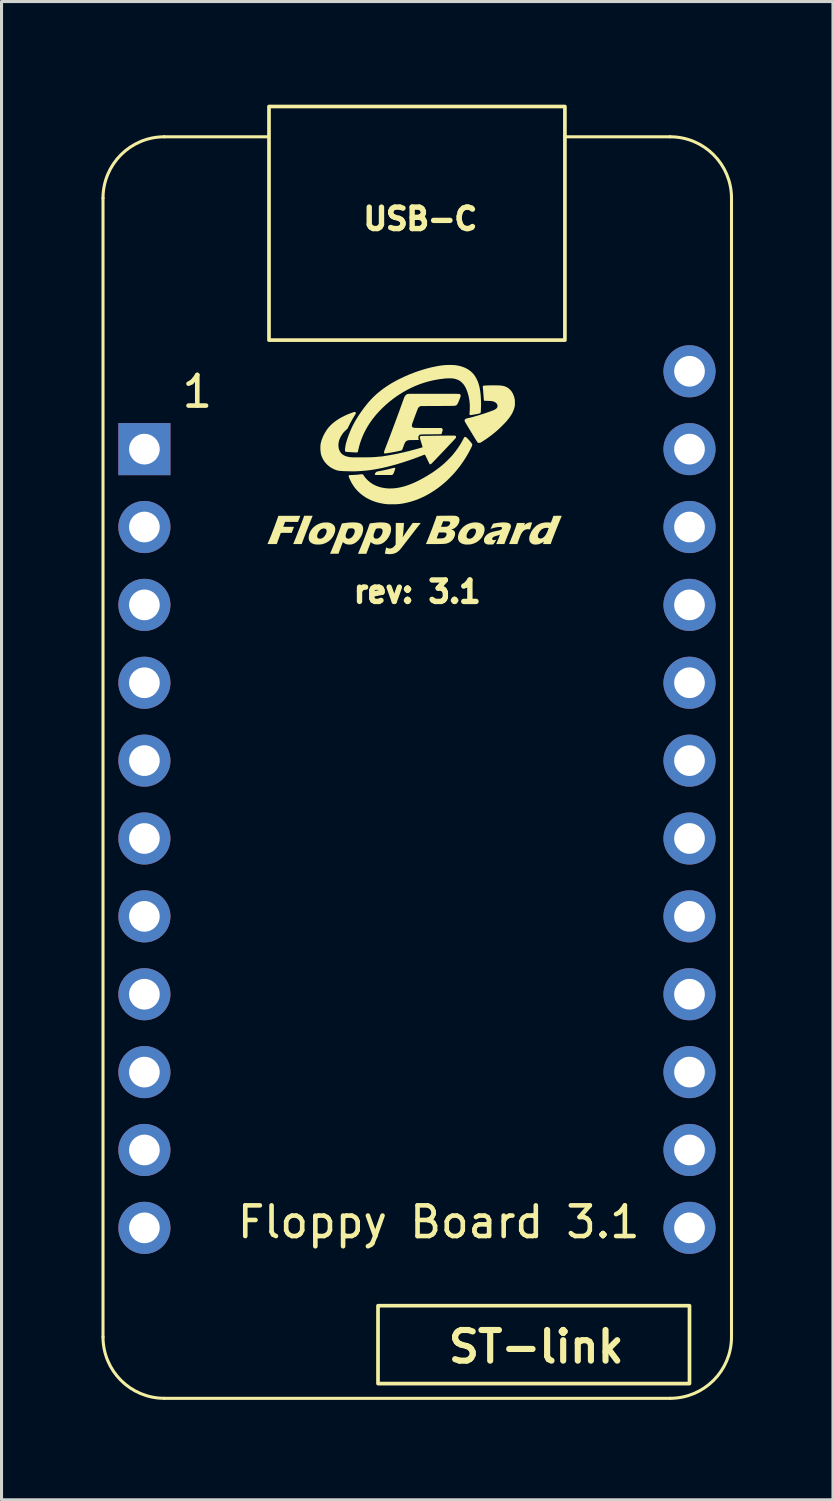
<source format=kicad_pcb>
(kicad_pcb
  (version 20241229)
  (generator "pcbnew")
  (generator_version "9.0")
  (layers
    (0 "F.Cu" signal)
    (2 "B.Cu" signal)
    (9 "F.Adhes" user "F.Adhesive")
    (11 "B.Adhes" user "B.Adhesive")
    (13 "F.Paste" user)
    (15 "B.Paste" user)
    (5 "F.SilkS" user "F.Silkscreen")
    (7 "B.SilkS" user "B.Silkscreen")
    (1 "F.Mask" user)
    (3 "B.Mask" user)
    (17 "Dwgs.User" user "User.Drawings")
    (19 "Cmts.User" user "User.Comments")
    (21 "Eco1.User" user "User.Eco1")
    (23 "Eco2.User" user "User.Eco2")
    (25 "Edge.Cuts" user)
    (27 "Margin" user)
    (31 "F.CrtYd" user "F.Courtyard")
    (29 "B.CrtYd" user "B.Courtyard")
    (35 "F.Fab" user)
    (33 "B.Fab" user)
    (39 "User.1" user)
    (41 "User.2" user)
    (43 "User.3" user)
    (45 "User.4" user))
  (footprint "Floppy Board 3.1"
    (layer "F.Cu")
    (at 1.66 37)
    (property "Reference" "Floppy Board 3.1" (at 9.6 -0.188 0) (unlocked yes) (layer "F.SilkS") (effects (font (size 1 1) (thickness 0.15))))
    (attr smd)
    (fp_line (start -1.35 3.56) (end -1.35 -33.588) (stroke (width 0.1) (type solid)) (layer "F.SilkS"))
    (fp_line (start 0.65 -35.588) (end 4.05 -35.588) (stroke (width 0.1) (type default)) (layer "F.SilkS"))
    (fp_line (start 17.15 -35.588) (end 13.75 -35.588) (stroke (width 0.1) (type default)) (layer "F.SilkS"))
    (fp_line (start 17.15 5.56) (end 0.65 5.56) (stroke (width 0.1) (type solid)) (layer "F.SilkS"))
    (fp_line (start 19.15 -33.588) (end 19.15 3.56) (stroke (width 0.1) (type solid)) (layer "F.SilkS"))
    (fp_rect (start 4.064 -28.956) (end 13.716 -36.576) (stroke (width 0.12) (type default)) (fill no) (layer "F.SilkS"))
    (fp_rect (start 17.78 2.54) (end 7.62 5.08) (stroke (width 0.12) (type default)) (fill no) (layer "F.SilkS"))
    (fp_arc (start -1.35 -33.588) (mid -0.764214 -35.002214) (end 0.65 -35.588) (stroke (width 0.1) (type solid)) (layer "F.SilkS"))
    (fp_arc (start 0.65 5.56) (mid -0.764214 4.974214) (end -1.35 3.56) (stroke (width 0.1) (type solid)) (layer "F.SilkS"))
    (fp_arc (start 17.15 -35.588) (mid 18.564214 -35.002214) (end 19.15 -33.588) (stroke (width 0.1) (type solid)) (layer "F.SilkS"))
    (fp_arc (start 19.15 3.56) (mid 18.564214 4.974214) (end 17.15 5.56) (stroke (width 0.1) (type solid)) (layer "F.SilkS"))
    (fp_poly (pts (xy 5.487 -26.461) (xy 5.485 -26.459) (xy 5.483 -26.461) (xy 5.485 -26.463)) (stroke (width 0) (type solid)) (fill yes) (layer "F.SilkS"))
    (fp_poly (pts (xy 8.167 -24.79) (xy 8.174 -24.787) (xy 8.177 -24.785) (xy 8.18 -24.78) (xy 8.182 -24.774) (xy 8.182 -24.765) (xy 8.179 -24.752) (xy 8.174 -24.735) (xy 8.167 -24.713) (xy 8.159 -24.69) (xy 8.147 -24.657) (xy 8.137 -24.631) (xy 8.128 -24.611) (xy 8.119 -24.595) (xy 8.11 -24.583) (xy 8.101 -24.574) (xy 8.095 -24.569) (xy 8.078 -24.557) (xy 7.813 -24.557) (xy 7.768 -24.557) (xy 7.724 -24.557) (xy 7.684 -24.557) (xy 7.647 -24.557) (xy 7.614 -24.557) (xy 7.586 -24.557) (xy 7.563 -24.557) (xy 7.547 -24.558) (xy 7.538 -24.558) (xy 7.537 -24.558) (xy 7.524 -24.562) (xy 7.516 -24.569) (xy 7.515 -24.58) (xy 7.52 -24.596) (xy 7.53 -24.615) (xy 7.548 -24.64) (xy 7.569 -24.658) (xy 7.592 -24.669) (xy 7.6 -24.671) (xy 7.664 -24.683) (xy 7.722 -24.694) (xy 7.775 -24.705) (xy 7.822 -24.715) (xy 7.866 -24.724) (xy 7.907 -24.733) (xy 7.947 -24.742) (xy 7.987 -24.752) (xy 8.027 -24.762) (xy 8.068 -24.773) (xy 8.099 -24.781) (xy 8.124 -24.786) (xy 8.143 -24.789) (xy 8.157 -24.791)) (stroke (width 0) (type solid)) (fill yes) (layer "F.SilkS"))
    (fp_poly (pts (xy 5.384 -23.227) (xy 5.414 -23.227) (xy 5.44 -23.226) (xy 5.461 -23.226) (xy 5.477 -23.225) (xy 5.487 -23.224) (xy 5.489 -23.224) (xy 5.486 -23.217) (xy 5.48 -23.203) (xy 5.471 -23.183) (xy 5.461 -23.157) (xy 5.448 -23.126) (xy 5.434 -23.091) (xy 5.418 -23.052) (xy 5.401 -23.009) (xy 5.383 -22.964) (xy 5.365 -22.916) (xy 5.345 -22.867) (xy 5.326 -22.817) (xy 5.306 -22.767) (xy 5.287 -22.717) (xy 5.267 -22.668) (xy 5.249 -22.62) (xy 5.231 -22.574) (xy 5.215 -22.531) (xy 5.2 -22.491) (xy 5.186 -22.455) (xy 5.174 -22.423) (xy 5.168 -22.405) (xy 5.158 -22.379) (xy 5.15 -22.356) (xy 5.143 -22.337) (xy 5.137 -22.322) (xy 5.134 -22.312) (xy 5.133 -22.31) (xy 5.131 -22.308) (xy 5.129 -22.306) (xy 5.124 -22.305) (xy 5.117 -22.304) (xy 5.105 -22.304) (xy 5.089 -22.303) (xy 5.068 -22.303) (xy 5.041 -22.303) (xy 5.007 -22.303) (xy 4.992 -22.303) (xy 4.96 -22.303) (xy 4.931 -22.303) (xy 4.905 -22.303) (xy 4.883 -22.304) (xy 4.867 -22.304) (xy 4.857 -22.305) (xy 4.855 -22.306) (xy 4.856 -22.31) (xy 4.86 -22.321) (xy 4.867 -22.336) (xy 4.875 -22.355) (xy 4.881 -22.371) (xy 4.889 -22.391) (xy 4.9 -22.417) (xy 4.913 -22.45) (xy 4.928 -22.487) (xy 4.945 -22.529) (xy 4.963 -22.574) (xy 4.982 -22.623) (xy 5.001 -22.673) (xy 5.021 -22.724) (xy 5.041 -22.775) (xy 5.061 -22.826) (xy 5.081 -22.876) (xy 5.099 -22.924) (xy 5.116 -22.969) (xy 5.132 -23.01) (xy 5.146 -23.047) (xy 5.158 -23.079) (xy 5.165 -23.098) (xy 5.212 -23.227) (xy 5.352 -23.227)) (stroke (width 0) (type solid)) (fill yes) (layer "F.SilkS"))
    (fp_poly (pts (xy 12.607 -23.01) (xy 12.623 -23.009) (xy 12.636 -23.008) (xy 12.644 -23.006) (xy 12.645 -23.006) (xy 12.645 -23.002) (xy 12.642 -22.992) (xy 12.639 -22.98) (xy 12.635 -22.97) (xy 12.63 -22.953) (xy 12.623 -22.931) (xy 12.615 -22.906) (xy 12.607 -22.879) (xy 12.604 -22.869) (xy 12.597 -22.844) (xy 12.59 -22.821) (xy 12.585 -22.803) (xy 12.58 -22.789) (xy 12.578 -22.781) (xy 12.577 -22.78) (xy 12.574 -22.781) (xy 12.564 -22.783) (xy 12.551 -22.785) (xy 12.517 -22.789) (xy 12.48 -22.787) (xy 12.444 -22.779) (xy 12.41 -22.766) (xy 12.399 -22.76) (xy 12.373 -22.741) (xy 12.346 -22.716) (xy 12.321 -22.686) (xy 12.3 -22.654) (xy 12.288 -22.633) (xy 12.278 -22.611) (xy 12.266 -22.583) (xy 12.252 -22.55) (xy 12.238 -22.513) (xy 12.224 -22.475) (xy 12.209 -22.435) (xy 12.196 -22.397) (xy 12.184 -22.36) (xy 12.177 -22.338) (xy 12.166 -22.303) (xy 12.03 -22.303) (xy 11.998 -22.303) (xy 11.969 -22.303) (xy 11.943 -22.303) (xy 11.922 -22.304) (xy 11.906 -22.304) (xy 11.897 -22.305) (xy 11.895 -22.305) (xy 11.896 -22.309) (xy 11.9 -22.32) (xy 11.907 -22.337) (xy 11.916 -22.358) (xy 11.926 -22.383) (xy 11.938 -22.412) (xy 11.951 -22.444) (xy 11.953 -22.45) (xy 11.988 -22.536) (xy 12.02 -22.616) (xy 12.049 -22.689) (xy 12.074 -22.759) (xy 12.098 -22.824) (xy 12.119 -22.885) (xy 12.122 -22.895) (xy 12.155 -22.994) (xy 12.285 -22.994) (xy 12.321 -22.994) (xy 12.35 -22.994) (xy 12.372 -22.994) (xy 12.388 -22.993) (xy 12.4 -22.993) (xy 12.407 -22.992) (xy 12.411 -22.991) (xy 12.413 -22.989) (xy 12.413 -22.988) (xy 12.413 -22.988) (xy 12.41 -22.981) (xy 12.406 -22.969) (xy 12.4 -22.954) (xy 12.399 -22.95) (xy 12.387 -22.919) (xy 12.421 -22.945) (xy 12.462 -22.972) (xy 12.503 -22.993) (xy 12.544 -23.005) (xy 12.585 -23.01)) (stroke (width 0) (type solid)) (fill yes) (layer "F.SilkS"))
    (fp_poly (pts (xy 10.871 -23.006) (xy 10.913 -22.998) (xy 10.952 -22.985) (xy 10.988 -22.968) (xy 11.022 -22.946) (xy 11.05 -22.919) (xy 11.071 -22.888) (xy 11.086 -22.853) (xy 11.095 -22.815) (xy 11.097 -22.773) (xy 11.092 -22.728) (xy 11.081 -22.68) (xy 11.064 -22.631) (xy 11.047 -22.595) (xy 11.028 -22.559) (xy 11.009 -22.528) (xy 10.988 -22.5) (xy 10.963 -22.471) (xy 10.943 -22.451) (xy 10.9 -22.411) (xy 10.857 -22.378) (xy 10.811 -22.351) (xy 10.762 -22.329) (xy 10.708 -22.311) (xy 10.669 -22.3) (xy 10.649 -22.296) (xy 10.631 -22.293) (xy 10.614 -22.291) (xy 10.594 -22.29) (xy 10.569 -22.289) (xy 10.549 -22.288) (xy 10.515 -22.288) (xy 10.487 -22.289) (xy 10.465 -22.29) (xy 10.446 -22.293) (xy 10.445 -22.293) (xy 10.395 -22.305) (xy 10.351 -22.322) (xy 10.314 -22.343) (xy 10.283 -22.369) (xy 10.26 -22.399) (xy 10.242 -22.433) (xy 10.232 -22.472) (xy 10.228 -22.514) (xy 10.231 -22.553) (xy 10.233 -22.568) (xy 10.507 -22.568) (xy 10.509 -22.541) (xy 10.517 -22.518) (xy 10.531 -22.501) (xy 10.55 -22.488) (xy 10.575 -22.48) (xy 10.595 -22.479) (xy 10.613 -22.48) (xy 10.632 -22.483) (xy 10.643 -22.485) (xy 10.666 -22.493) (xy 10.685 -22.503) (xy 10.704 -22.516) (xy 10.724 -22.534) (xy 10.724 -22.534) (xy 10.756 -22.57) (xy 10.781 -22.61) (xy 10.801 -22.653) (xy 10.813 -22.698) (xy 10.813 -22.7) (xy 10.816 -22.731) (xy 10.813 -22.756) (xy 10.804 -22.777) (xy 10.788 -22.793) (xy 10.773 -22.803) (xy 10.753 -22.809) (xy 10.73 -22.811) (xy 10.704 -22.81) (xy 10.678 -22.805) (xy 10.657 -22.797) (xy 10.621 -22.777) (xy 10.59 -22.75) (xy 10.562 -22.716) (xy 10.537 -22.675) (xy 10.535 -22.669) (xy 10.519 -22.632) (xy 10.51 -22.598) (xy 10.507 -22.568) (xy 10.233 -22.568) (xy 10.241 -22.609) (xy 10.259 -22.663) (xy 10.284 -22.716) (xy 10.315 -22.767) (xy 10.353 -22.814) (xy 10.395 -22.857) (xy 10.443 -22.896) (xy 10.495 -22.93) (xy 10.521 -22.944) (xy 10.585 -22.972) (xy 10.651 -22.992) (xy 10.719 -23.005) (xy 10.775 -23.01) (xy 10.826 -23.01)) (stroke (width 0) (type solid)) (fill yes) (layer "F.SilkS"))
    (fp_poly (pts (xy 5.964 -23.009) (xy 5.994 -23.007) (xy 6.019 -23.003) (xy 6.027 -23.002) (xy 6.075 -22.987) (xy 6.117 -22.968) (xy 6.152 -22.944) (xy 6.18 -22.917) (xy 6.202 -22.885) (xy 6.216 -22.849) (xy 6.224 -22.809) (xy 6.225 -22.765) (xy 6.218 -22.718) (xy 6.213 -22.693) (xy 6.194 -22.635) (xy 6.168 -22.579) (xy 6.135 -22.525) (xy 6.096 -22.476) (xy 6.052 -22.431) (xy 6.004 -22.391) (xy 5.951 -22.358) (xy 5.939 -22.352) (xy 5.909 -22.337) (xy 5.88 -22.325) (xy 5.85 -22.315) (xy 5.817 -22.305) (xy 5.797 -22.3) (xy 5.777 -22.296) (xy 5.759 -22.293) (xy 5.742 -22.291) (xy 5.722 -22.29) (xy 5.698 -22.289) (xy 5.677 -22.288) (xy 5.643 -22.288) (xy 5.615 -22.289) (xy 5.593 -22.29) (xy 5.574 -22.293) (xy 5.573 -22.293) (xy 5.523 -22.305) (xy 5.48 -22.321) (xy 5.444 -22.341) (xy 5.414 -22.366) (xy 5.39 -22.396) (xy 5.372 -22.43) (xy 5.365 -22.45) (xy 5.361 -22.471) (xy 5.359 -22.498) (xy 5.359 -22.516) (xy 5.362 -22.564) (xy 5.635 -22.564) (xy 5.638 -22.537) (xy 5.647 -22.514) (xy 5.664 -22.497) (xy 5.681 -22.486) (xy 5.698 -22.481) (xy 5.72 -22.479) (xy 5.744 -22.48) (xy 5.769 -22.485) (xy 5.79 -22.491) (xy 5.793 -22.492) (xy 5.825 -22.511) (xy 5.856 -22.536) (xy 5.883 -22.567) (xy 5.906 -22.603) (xy 5.925 -22.641) (xy 5.938 -22.681) (xy 5.943 -22.707) (xy 5.944 -22.736) (xy 5.939 -22.762) (xy 5.928 -22.782) (xy 5.911 -22.798) (xy 5.9 -22.804) (xy 5.889 -22.808) (xy 5.878 -22.81) (xy 5.864 -22.811) (xy 5.845 -22.81) (xy 5.826 -22.809) (xy 5.811 -22.807) (xy 5.798 -22.803) (xy 5.784 -22.797) (xy 5.778 -22.794) (xy 5.745 -22.773) (xy 5.715 -22.745) (xy 5.688 -22.712) (xy 5.665 -22.673) (xy 5.648 -22.631) (xy 5.638 -22.595) (xy 5.635 -22.564) (xy 5.362 -22.564) (xy 5.362 -22.566) (xy 5.371 -22.614) (xy 5.387 -22.662) (xy 5.41 -22.711) (xy 5.415 -22.721) (xy 5.45 -22.775) (xy 5.49 -22.825) (xy 5.537 -22.869) (xy 5.589 -22.909) (xy 5.646 -22.942) (xy 5.708 -22.97) (xy 5.774 -22.991) (xy 5.808 -23) (xy 5.834 -23.004) (xy 5.864 -23.007) (xy 5.897 -23.009) (xy 5.931 -23.009)) (stroke (width 0) (type solid)) (fill yes) (layer "F.SilkS"))
    (fp_poly (pts (xy 4.923 -23.226) (xy 4.963 -23.226) (xy 4.999 -23.226) (xy 5.029 -23.226) (xy 5.053 -23.226) (xy 5.072 -23.225) (xy 5.083 -23.225) (xy 5.087 -23.225) (xy 5.085 -23.221) (xy 5.081 -23.21) (xy 5.075 -23.194) (xy 5.068 -23.174) (xy 5.059 -23.151) (xy 5.053 -23.138) (xy 5.043 -23.112) (xy 5.034 -23.089) (xy 5.026 -23.068) (xy 5.02 -23.052) (xy 5.016 -23.041) (xy 5.015 -23.039) (xy 5.01 -23.025) (xy 4.799 -23.026) (xy 4.588 -23.028) (xy 4.56 -22.95) (xy 4.551 -22.927) (xy 4.543 -22.906) (xy 4.537 -22.889) (xy 4.533 -22.877) (xy 4.531 -22.87) (xy 4.531 -22.87) (xy 4.535 -22.869) (xy 4.546 -22.869) (xy 4.563 -22.868) (xy 4.586 -22.868) (xy 4.614 -22.867) (xy 4.646 -22.867) (xy 4.68 -22.867) (xy 4.705 -22.867) (xy 4.741 -22.867) (xy 4.775 -22.867) (xy 4.806 -22.866) (xy 4.832 -22.866) (xy 4.853 -22.865) (xy 4.868 -22.865) (xy 4.877 -22.864) (xy 4.879 -22.864) (xy 4.877 -22.859) (xy 4.874 -22.849) (xy 4.868 -22.833) (xy 4.861 -22.815) (xy 4.857 -22.807) (xy 4.848 -22.783) (xy 4.838 -22.757) (xy 4.829 -22.732) (xy 4.821 -22.711) (xy 4.821 -22.71) (xy 4.806 -22.668) (xy 4.685 -22.67) (xy 4.652 -22.67) (xy 4.617 -22.67) (xy 4.584 -22.67) (xy 4.553 -22.67) (xy 4.527 -22.67) (xy 4.507 -22.669) (xy 4.507 -22.669) (xy 4.449 -22.666) (xy 4.402 -22.538) (xy 4.389 -22.504) (xy 4.377 -22.471) (xy 4.365 -22.439) (xy 4.355 -22.409) (xy 4.346 -22.383) (xy 4.339 -22.363) (xy 4.336 -22.356) (xy 4.318 -22.303) (xy 4.166 -22.303) (xy 4.132 -22.303) (xy 4.101 -22.303) (xy 4.073 -22.303) (xy 4.05 -22.303) (xy 4.032 -22.304) (xy 4.02 -22.304) (xy 4.015 -22.304) (xy 4.015 -22.304) (xy 4.016 -22.308) (xy 4.021 -22.319) (xy 4.027 -22.334) (xy 4.036 -22.354) (xy 4.045 -22.376) (xy 4.05 -22.387) (xy 4.071 -22.436) (xy 4.094 -22.491) (xy 4.119 -22.552) (xy 4.145 -22.617) (xy 4.172 -22.687) (xy 4.199 -22.759) (xy 4.228 -22.832) (xy 4.256 -22.907) (xy 4.283 -22.981) (xy 4.31 -23.055) (xy 4.335 -23.126) (xy 4.339 -23.137) (xy 4.37 -23.225) (xy 4.728 -23.226) (xy 4.781 -23.226) (xy 4.832 -23.226) (xy 4.879 -23.226)) (stroke (width 0) (type solid)) (fill yes) (layer "F.SilkS"))
    (fp_poly (pts (xy 8.333 -22.994) (xy 8.467 -22.994) (xy 8.467 -22.983) (xy 8.467 -22.977) (xy 8.466 -22.964) (xy 8.464 -22.944) (xy 8.463 -22.92) (xy 8.461 -22.892) (xy 8.459 -22.86) (xy 8.457 -22.835) (xy 8.452 -22.775) (xy 8.448 -22.723) (xy 8.444 -22.678) (xy 8.44 -22.64) (xy 8.436 -22.607) (xy 8.433 -22.579) (xy 8.429 -22.557) (xy 8.428 -22.556) (xy 8.426 -22.541) (xy 8.424 -22.53) (xy 8.424 -22.524) (xy 8.424 -22.524) (xy 8.427 -22.527) (xy 8.433 -22.535) (xy 8.441 -22.548) (xy 8.451 -22.563) (xy 8.454 -22.568) (xy 8.468 -22.59) (xy 8.486 -22.617) (xy 8.508 -22.649) (xy 8.533 -22.685) (xy 8.559 -22.724) (xy 8.588 -22.765) (xy 8.617 -22.806) (xy 8.647 -22.848) (xy 8.677 -22.889) (xy 8.683 -22.898) (xy 8.753 -22.994) (xy 8.884 -22.994) (xy 8.922 -22.994) (xy 8.952 -22.994) (xy 8.975 -22.994) (xy 8.992 -22.993) (xy 9.004 -22.992) (xy 9.01 -22.991) (xy 9.012 -22.99) (xy 9.012 -22.99) (xy 9.009 -22.985) (xy 9.002 -22.976) (xy 8.99 -22.961) (xy 8.976 -22.942) (xy 8.958 -22.92) (xy 8.939 -22.895) (xy 8.917 -22.868) (xy 8.909 -22.857) (xy 8.891 -22.834) (xy 8.868 -22.805) (xy 8.842 -22.772) (xy 8.813 -22.734) (xy 8.781 -22.693) (xy 8.748 -22.649) (xy 8.712 -22.604) (xy 8.676 -22.557) (xy 8.64 -22.511) (xy 8.604 -22.464) (xy 8.585 -22.439) (xy 8.552 -22.396) (xy 8.519 -22.354) (xy 8.488 -22.314) (xy 8.459 -22.276) (xy 8.432 -22.241) (xy 8.407 -22.21) (xy 8.385 -22.182) (xy 8.367 -22.158) (xy 8.352 -22.14) (xy 8.341 -22.126) (xy 8.335 -22.119) (xy 8.312 -22.096) (xy 8.285 -22.072) (xy 8.257 -22.05) (xy 8.23 -22.031) (xy 8.222 -22.027) (xy 8.176 -22.005) (xy 8.125 -21.989) (xy 8.071 -21.979) (xy 8.014 -21.975) (xy 8 -21.975) (xy 7.979 -21.976) (xy 7.959 -21.976) (xy 7.944 -21.977) (xy 7.934 -21.977) (xy 7.933 -21.977) (xy 7.923 -21.979) (xy 7.909 -21.981) (xy 7.893 -21.983) (xy 7.876 -21.986) (xy 7.861 -21.989) (xy 7.85 -21.991) (xy 7.844 -21.992) (xy 7.844 -21.993) (xy 7.844 -21.997) (xy 7.846 -22.007) (xy 7.849 -22.023) (xy 7.853 -22.044) (xy 7.858 -22.067) (xy 7.859 -22.073) (xy 7.864 -22.099) (xy 7.869 -22.123) (xy 7.873 -22.145) (xy 7.877 -22.162) (xy 7.879 -22.173) (xy 7.879 -22.173) (xy 7.883 -22.194) (xy 7.908 -22.182) (xy 7.93 -22.174) (xy 7.956 -22.166) (xy 7.98 -22.161) (xy 8.002 -22.159) (xy 8.004 -22.159) (xy 8.028 -22.161) (xy 8.054 -22.167) (xy 8.079 -22.176) (xy 8.082 -22.177) (xy 8.096 -22.186) (xy 8.114 -22.2) (xy 8.133 -22.216) (xy 8.152 -22.234) (xy 8.169 -22.253) (xy 8.18 -22.268) (xy 8.195 -22.289) (xy 8.197 -22.642) (xy 8.2 -22.994)) (stroke (width 0) (type solid)) (fill yes) (layer "F.SilkS"))
    (fp_poly (pts (xy 6.841 -23.01) (xy 6.88 -23.008) (xy 6.915 -23.006) (xy 6.944 -23.002) (xy 6.959 -22.999) (xy 7.001 -22.989) (xy 7.036 -22.976) (xy 7.064 -22.96) (xy 7.087 -22.94) (xy 7.105 -22.916) (xy 7.119 -22.887) (xy 7.127 -22.861) (xy 7.134 -22.818) (xy 7.134 -22.772) (xy 7.129 -22.724) (xy 7.117 -22.674) (xy 7.1 -22.623) (xy 7.078 -22.573) (xy 7.051 -22.524) (xy 7.019 -22.478) (xy 6.983 -22.434) (xy 6.975 -22.426) (xy 6.936 -22.387) (xy 6.897 -22.356) (xy 6.857 -22.331) (xy 6.815 -22.311) (xy 6.791 -22.302) (xy 6.776 -22.297) (xy 6.764 -22.294) (xy 6.752 -22.291) (xy 6.739 -22.29) (xy 6.723 -22.289) (xy 6.702 -22.289) (xy 6.689 -22.289) (xy 6.663 -22.289) (xy 6.644 -22.289) (xy 6.629 -22.29) (xy 6.617 -22.292) (xy 6.605 -22.295) (xy 6.595 -22.298) (xy 6.557 -22.312) (xy 6.524 -22.33) (xy 6.498 -22.349) (xy 6.486 -22.358) (xy 6.478 -22.364) (xy 6.473 -22.366) (xy 6.473 -22.366) (xy 6.471 -22.362) (xy 6.467 -22.351) (xy 6.46 -22.335) (xy 6.452 -22.314) (xy 6.443 -22.289) (xy 6.432 -22.261) (xy 6.421 -22.232) (xy 6.409 -22.201) (xy 6.398 -22.171) (xy 6.387 -22.141) (xy 6.376 -22.113) (xy 6.367 -22.088) (xy 6.359 -22.066) (xy 6.357 -22.059) (xy 6.331 -21.989) (xy 6.193 -21.988) (xy 6.055 -21.987) (xy 6.059 -21.996) (xy 6.061 -22.002) (xy 6.067 -22.015) (xy 6.074 -22.032) (xy 6.082 -22.052) (xy 6.089 -22.067) (xy 6.124 -22.151) (xy 6.162 -22.241) (xy 6.2 -22.336) (xy 6.239 -22.433) (xy 6.277 -22.531) (xy 6.293 -22.574) (xy 6.564 -22.574) (xy 6.567 -22.545) (xy 6.576 -22.521) (xy 6.591 -22.501) (xy 6.611 -22.487) (xy 6.632 -22.48) (xy 6.658 -22.479) (xy 6.685 -22.483) (xy 6.712 -22.492) (xy 6.717 -22.494) (xy 6.748 -22.514) (xy 6.778 -22.54) (xy 6.804 -22.572) (xy 6.827 -22.609) (xy 6.845 -22.648) (xy 6.857 -22.689) (xy 6.859 -22.7) (xy 6.862 -22.729) (xy 6.858 -22.756) (xy 6.848 -22.779) (xy 6.832 -22.797) (xy 6.816 -22.807) (xy 6.796 -22.814) (xy 6.77 -22.817) (xy 6.74 -22.818) (xy 6.708 -22.816) (xy 6.676 -22.811) (xy 6.658 -22.807) (xy 6.652 -22.805) (xy 6.647 -22.801) (xy 6.642 -22.795) (xy 6.636 -22.785) (xy 6.629 -22.77) (xy 6.624 -22.76) (xy 6.607 -22.721) (xy 6.592 -22.684) (xy 6.579 -22.649) (xy 6.57 -22.618) (xy 6.568 -22.607) (xy 6.564 -22.574) (xy 6.293 -22.574) (xy 6.314 -22.629) (xy 6.35 -22.725) (xy 6.383 -22.816) (xy 6.409 -22.888) (xy 6.418 -22.913) (xy 6.426 -22.935) (xy 6.432 -22.953) (xy 6.438 -22.966) (xy 6.441 -22.974) (xy 6.442 -22.975) (xy 6.447 -22.976) (xy 6.459 -22.979) (xy 6.476 -22.982) (xy 6.499 -22.985) (xy 6.525 -22.988) (xy 6.553 -22.992) (xy 6.583 -22.995) (xy 6.613 -22.999) (xy 6.643 -23.002) (xy 6.67 -23.005) (xy 6.677 -23.005) (xy 6.716 -23.008) (xy 6.757 -23.01) (xy 6.799 -23.01)) (stroke (width 0) (type solid)) (fill yes) (layer "F.SilkS"))
    (fp_poly (pts (xy 7.731 -23.01) (xy 7.749 -23.01) (xy 7.804 -23.007) (xy 7.853 -23.002) (xy 7.895 -22.994) (xy 7.931 -22.983) (xy 7.961 -22.969) (xy 7.985 -22.951) (xy 8.006 -22.93) (xy 8.022 -22.904) (xy 8.034 -22.875) (xy 8.036 -22.869) (xy 8.042 -22.842) (xy 8.045 -22.809) (xy 8.045 -22.773) (xy 8.042 -22.737) (xy 8.036 -22.702) (xy 8.033 -22.691) (xy 8.012 -22.625) (xy 7.984 -22.562) (xy 7.948 -22.503) (xy 7.906 -22.448) (xy 7.871 -22.411) (xy 7.829 -22.372) (xy 7.787 -22.342) (xy 7.744 -22.318) (xy 7.7 -22.302) (xy 7.653 -22.292) (xy 7.614 -22.288) (xy 7.576 -22.287) (xy 7.542 -22.29) (xy 7.51 -22.297) (xy 7.486 -22.305) (xy 7.462 -22.314) (xy 7.443 -22.324) (xy 7.424 -22.337) (xy 7.407 -22.351) (xy 7.384 -22.37) (xy 7.332 -22.231) (xy 7.319 -22.197) (xy 7.306 -22.163) (xy 7.293 -22.13) (xy 7.282 -22.1) (xy 7.272 -22.073) (xy 7.265 -22.052) (xy 7.26 -22.04) (xy 7.242 -21.987) (xy 7.104 -21.987) (xy 7.072 -21.987) (xy 7.042 -21.987) (xy 7.016 -21.987) (xy 6.995 -21.987) (xy 6.979 -21.988) (xy 6.969 -21.988) (xy 6.967 -21.988) (xy 6.968 -21.992) (xy 6.972 -22.002) (xy 6.979 -22.017) (xy 6.987 -22.036) (xy 6.993 -22.051) (xy 7.03 -22.139) (xy 7.069 -22.233) (xy 7.108 -22.329) (xy 7.147 -22.428) (xy 7.186 -22.527) (xy 7.205 -22.577) (xy 7.477 -22.577) (xy 7.477 -22.556) (xy 7.479 -22.541) (xy 7.481 -22.53) (xy 7.484 -22.524) (xy 7.496 -22.508) (xy 7.511 -22.493) (xy 7.527 -22.484) (xy 7.528 -22.484) (xy 7.546 -22.48) (xy 7.568 -22.479) (xy 7.591 -22.481) (xy 7.606 -22.485) (xy 7.633 -22.496) (xy 7.659 -22.513) (xy 7.683 -22.534) (xy 7.705 -22.559) (xy 7.725 -22.587) (xy 7.741 -22.617) (xy 7.755 -22.647) (xy 7.764 -22.678) (xy 7.77 -22.708) (xy 7.77 -22.735) (xy 7.766 -22.76) (xy 7.756 -22.782) (xy 7.75 -22.79) (xy 7.738 -22.801) (xy 7.726 -22.808) (xy 7.712 -22.813) (xy 7.693 -22.816) (xy 7.669 -22.816) (xy 7.659 -22.816) (xy 7.637 -22.816) (xy 7.614 -22.814) (xy 7.595 -22.812) (xy 7.583 -22.81) (xy 7.572 -22.808) (xy 7.564 -22.804) (xy 7.557 -22.8) (xy 7.55 -22.792) (xy 7.543 -22.781) (xy 7.536 -22.765) (xy 7.526 -22.743) (xy 7.521 -22.731) (xy 7.508 -22.699) (xy 7.498 -22.673) (xy 7.49 -22.651) (xy 7.484 -22.634) (xy 7.481 -22.618) (xy 7.478 -22.604) (xy 7.477 -22.589) (xy 7.477 -22.577) (xy 7.205 -22.577) (xy 7.223 -22.625) (xy 7.259 -22.719) (xy 7.292 -22.81) (xy 7.311 -22.864) (xy 7.321 -22.893) (xy 7.33 -22.918) (xy 7.338 -22.94) (xy 7.345 -22.958) (xy 7.349 -22.97) (xy 7.352 -22.976) (xy 7.352 -22.977) (xy 7.356 -22.978) (xy 7.368 -22.98) (xy 7.385 -22.982) (xy 7.406 -22.985) (xy 7.431 -22.988) (xy 7.459 -22.991) (xy 7.487 -22.994) (xy 7.516 -22.997) (xy 7.543 -23) (xy 7.568 -23.003) (xy 7.59 -23.005) (xy 7.608 -23.007) (xy 7.613 -23.007) (xy 7.638 -23.009) (xy 7.668 -23.01) (xy 7.7 -23.01)) (stroke (width 0) (type solid)) (fill yes) (layer "F.SilkS"))
    (fp_poly (pts (xy 13.516 -23.227) (xy 13.546 -23.227) (xy 13.571 -23.226) (xy 13.589 -23.226) (xy 13.601 -23.225) (xy 13.609 -23.224) (xy 13.613 -23.223) (xy 13.613 -23.222) (xy 13.6 -23.191) (xy 13.585 -23.155) (xy 13.568 -23.115) (xy 13.549 -23.071) (xy 13.53 -23.023) (xy 13.509 -22.973) (xy 13.488 -22.921) (xy 13.467 -22.867) (xy 13.445 -22.812) (xy 13.423 -22.758) (xy 13.402 -22.703) (xy 13.381 -22.65) (xy 13.361 -22.598) (xy 13.342 -22.549) (xy 13.324 -22.503) (xy 13.308 -22.46) (xy 13.294 -22.421) (xy 13.281 -22.386) (xy 13.271 -22.358) (xy 13.263 -22.335) (xy 13.258 -22.318) (xy 13.257 -22.314) (xy 13.254 -22.303) (xy 13.127 -22.303) (xy 12.999 -22.303) (xy 13.015 -22.343) (xy 13.021 -22.36) (xy 13.027 -22.373) (xy 13.03 -22.382) (xy 13.031 -22.385) (xy 13.028 -22.384) (xy 13.02 -22.379) (xy 13.008 -22.371) (xy 12.999 -22.365) (xy 12.955 -22.337) (xy 12.905 -22.315) (xy 12.865 -22.3) (xy 12.84 -22.295) (xy 12.811 -22.291) (xy 12.781 -22.288) (xy 12.75 -22.287) (xy 12.722 -22.289) (xy 12.699 -22.292) (xy 12.694 -22.293) (xy 12.662 -22.304) (xy 12.633 -22.319) (xy 12.607 -22.339) (xy 12.585 -22.361) (xy 12.572 -22.383) (xy 12.558 -22.42) (xy 12.552 -22.461) (xy 12.552 -22.506) (xy 12.559 -22.552) (xy 12.835 -22.552) (xy 12.84 -22.53) (xy 12.84 -22.53) (xy 12.85 -22.515) (xy 12.864 -22.501) (xy 12.88 -22.492) (xy 12.89 -22.489) (xy 12.901 -22.487) (xy 12.908 -22.485) (xy 12.909 -22.485) (xy 12.913 -22.484) (xy 12.917 -22.483) (xy 12.925 -22.484) (xy 12.937 -22.486) (xy 12.941 -22.487) (xy 12.975 -22.497) (xy 13.007 -22.515) (xy 13.038 -22.54) (xy 13.067 -22.572) (xy 13.095 -22.611) (xy 13.117 -22.651) (xy 13.125 -22.667) (xy 13.134 -22.687) (xy 13.143 -22.709) (xy 13.153 -22.732) (xy 13.162 -22.755) (xy 13.17 -22.777) (xy 13.177 -22.796) (xy 13.183 -22.811) (xy 13.186 -22.821) (xy 13.186 -22.825) (xy 13.182 -22.826) (xy 13.171 -22.828) (xy 13.157 -22.831) (xy 13.156 -22.831) (xy 13.12 -22.833) (xy 13.081 -22.83) (xy 13.043 -22.822) (xy 13.006 -22.809) (xy 12.984 -22.798) (xy 12.956 -22.78) (xy 12.93 -22.756) (xy 12.906 -22.73) (xy 12.885 -22.7) (xy 12.866 -22.67) (xy 12.852 -22.638) (xy 12.841 -22.608) (xy 12.835 -22.579) (xy 12.835 -22.552) (xy 12.559 -22.552) (xy 12.559 -22.553) (xy 12.574 -22.603) (xy 12.595 -22.655) (xy 12.605 -22.677) (xy 12.617 -22.7) (xy 12.631 -22.724) (xy 12.645 -22.748) (xy 12.658 -22.766) (xy 12.658 -22.767) (xy 12.676 -22.79) (xy 12.698 -22.816) (xy 12.722 -22.842) (xy 12.747 -22.867) (xy 12.772 -22.89) (xy 12.794 -22.909) (xy 12.808 -22.919) (xy 12.864 -22.951) (xy 12.924 -22.977) (xy 12.988 -22.995) (xy 13.055 -23.007) (xy 13.075 -23.009) (xy 13.101 -23.01) (xy 13.13 -23.01) (xy 13.16 -23.01) (xy 13.19 -23.009) (xy 13.216 -23.007) (xy 13.237 -23.005) (xy 13.241 -23.004) (xy 13.258 -23.002) (xy 13.274 -23.044) (xy 13.282 -23.064) (xy 13.291 -23.087) (xy 13.3 -23.112) (xy 13.309 -23.136) (xy 13.317 -23.16) (xy 13.325 -23.182) (xy 13.332 -23.2) (xy 13.336 -23.214) (xy 13.339 -23.221) (xy 13.339 -23.223) (xy 13.343 -23.224) (xy 13.355 -23.225) (xy 13.374 -23.226) (xy 13.401 -23.226) (xy 13.436 -23.227) (xy 13.477 -23.227)) (stroke (width 0) (type solid)) (fill yes) (layer "F.SilkS"))
    (fp_poly (pts (xy 10.472 -25.799) (xy 10.479 -25.797) (xy 10.487 -25.792) (xy 10.498 -25.784) (xy 10.513 -25.772) (xy 10.518 -25.767) (xy 10.556 -25.731) (xy 10.596 -25.688) (xy 10.636 -25.64) (xy 10.66 -25.61) (xy 10.672 -25.592) (xy 10.683 -25.577) (xy 10.69 -25.564) (xy 10.694 -25.552) (xy 10.694 -25.539) (xy 10.692 -25.524) (xy 10.687 -25.507) (xy 10.678 -25.486) (xy 10.665 -25.459) (xy 10.65 -25.427) (xy 10.649 -25.425) (xy 10.571 -25.276) (xy 10.486 -25.131) (xy 10.394 -24.989) (xy 10.295 -24.85) (xy 10.189 -24.715) (xy 10.095 -24.605) (xy 10.073 -24.58) (xy 10.045 -24.551) (xy 10.014 -24.519) (xy 9.981 -24.485) (xy 9.947 -24.451) (xy 9.913 -24.418) (xy 9.881 -24.386) (xy 9.851 -24.358) (xy 9.825 -24.334) (xy 9.817 -24.327) (xy 9.697 -24.226) (xy 9.576 -24.132) (xy 9.452 -24.046) (xy 9.327 -23.967) (xy 9.2 -23.895) (xy 9.072 -23.831) (xy 8.943 -23.774) (xy 8.812 -23.725) (xy 8.681 -23.684) (xy 8.549 -23.65) (xy 8.443 -23.629) (xy 8.4 -23.622) (xy 8.361 -23.616) (xy 8.324 -23.611) (xy 8.288 -23.608) (xy 8.251 -23.605) (xy 8.21 -23.603) (xy 8.166 -23.602) (xy 8.115 -23.601) (xy 8.109 -23.601) (xy 8.074 -23.601) (xy 8.04 -23.601) (xy 8.008 -23.601) (xy 7.979 -23.601) (xy 7.955 -23.602) (xy 7.937 -23.602) (xy 7.929 -23.603) (xy 7.814 -23.616) (xy 7.704 -23.636) (xy 7.597 -23.662) (xy 7.494 -23.695) (xy 7.395 -23.733) (xy 7.301 -23.778) (xy 7.212 -23.828) (xy 7.128 -23.885) (xy 7.049 -23.947) (xy 6.975 -24.014) (xy 6.907 -24.087) (xy 6.862 -24.142) (xy 6.817 -24.205) (xy 6.775 -24.271) (xy 6.738 -24.338) (xy 6.706 -24.403) (xy 6.689 -24.443) (xy 6.682 -24.461) (xy 6.675 -24.477) (xy 6.67 -24.49) (xy 6.668 -24.494) (xy 6.663 -24.512) (xy 6.663 -24.529) (xy 6.668 -24.542) (xy 6.673 -24.546) (xy 6.676 -24.549) (xy 6.681 -24.551) (xy 6.689 -24.552) (xy 6.7 -24.553) (xy 6.715 -24.554) (xy 6.736 -24.555) (xy 6.763 -24.556) (xy 6.776 -24.556) (xy 6.856 -24.56) (xy 6.935 -24.565) (xy 7.016 -24.574) (xy 7.048 -24.578) (xy 7.075 -24.581) (xy 7.096 -24.581) (xy 7.111 -24.58) (xy 7.124 -24.575) (xy 7.134 -24.567) (xy 7.143 -24.555) (xy 7.147 -24.55) (xy 7.193 -24.485) (xy 7.245 -24.424) (xy 7.303 -24.367) (xy 7.365 -24.316) (xy 7.43 -24.271) (xy 7.467 -24.249) (xy 7.544 -24.211) (xy 7.627 -24.179) (xy 7.713 -24.153) (xy 7.803 -24.135) (xy 7.896 -24.122) (xy 7.991 -24.117) (xy 8.09 -24.119) (xy 8.19 -24.127) (xy 8.207 -24.129) (xy 8.308 -24.146) (xy 8.413 -24.169) (xy 8.52 -24.199) (xy 8.63 -24.237) (xy 8.743 -24.282) (xy 8.859 -24.333) (xy 8.978 -24.392) (xy 9.087 -24.451) (xy 9.213 -24.524) (xy 9.333 -24.598) (xy 9.447 -24.673) (xy 9.555 -24.751) (xy 9.659 -24.831) (xy 9.741 -24.899) (xy 9.767 -24.922) (xy 9.797 -24.949) (xy 9.83 -24.98) (xy 9.864 -25.013) (xy 9.899 -25.047) (xy 9.934 -25.082) (xy 9.967 -25.116) (xy 9.998 -25.148) (xy 10.025 -25.177) (xy 10.047 -25.203) (xy 10.049 -25.205) (xy 10.134 -25.31) (xy 10.213 -25.417) (xy 10.286 -25.526) (xy 10.352 -25.636) (xy 10.406 -25.738) (xy 10.416 -25.756) (xy 10.425 -25.773) (xy 10.433 -25.785) (xy 10.439 -25.792) (xy 10.44 -25.793) (xy 10.449 -25.797) (xy 10.462 -25.799) (xy 10.465 -25.799)) (stroke (width 0) (type solid)) (fill yes) (layer "F.SilkS"))
    (fp_poly (pts (xy 11.74 -23.01) (xy 11.786 -23.007) (xy 11.825 -23.002) (xy 11.858 -22.995) (xy 11.885 -22.985) (xy 11.907 -22.972) (xy 11.921 -22.962) (xy 11.938 -22.945) (xy 11.948 -22.927) (xy 11.954 -22.906) (xy 11.955 -22.886) (xy 11.954 -22.875) (xy 11.953 -22.862) (xy 11.95 -22.848) (xy 11.945 -22.831) (xy 11.939 -22.812) (xy 11.931 -22.788) (xy 11.92 -22.76) (xy 11.906 -22.726) (xy 11.89 -22.686) (xy 11.885 -22.673) (xy 11.861 -22.614) (xy 11.835 -22.549) (xy 11.809 -22.482) (xy 11.783 -22.415) (xy 11.759 -22.35) (xy 11.757 -22.344) (xy 11.742 -22.303) (xy 11.608 -22.303) (xy 11.57 -22.303) (xy 11.54 -22.303) (xy 11.516 -22.303) (xy 11.499 -22.304) (xy 11.487 -22.305) (xy 11.48 -22.306) (xy 11.476 -22.307) (xy 11.476 -22.308) (xy 11.487 -22.333) (xy 11.499 -22.361) (xy 11.512 -22.391) (xy 11.525 -22.422) (xy 11.537 -22.454) (xy 11.55 -22.484) (xy 11.561 -22.513) (xy 11.571 -22.54) (xy 11.58 -22.563) (xy 11.587 -22.582) (xy 11.592 -22.596) (xy 11.594 -22.603) (xy 11.594 -22.605) (xy 11.589 -22.605) (xy 11.58 -22.602) (xy 11.574 -22.6) (xy 11.565 -22.597) (xy 11.549 -22.592) (xy 11.529 -22.586) (xy 11.506 -22.579) (xy 11.49 -22.575) (xy 11.453 -22.563) (xy 11.424 -22.553) (xy 11.401 -22.543) (xy 11.382 -22.533) (xy 11.369 -22.522) (xy 11.358 -22.511) (xy 11.351 -22.498) (xy 11.344 -22.479) (xy 11.344 -22.462) (xy 11.351 -22.449) (xy 11.363 -22.441) (xy 11.375 -22.437) (xy 11.392 -22.435) (xy 11.413 -22.435) (xy 11.434 -22.436) (xy 11.454 -22.44) (xy 11.459 -22.441) (xy 11.471 -22.444) (xy 11.479 -22.446) (xy 11.482 -22.447) (xy 11.48 -22.444) (xy 11.474 -22.435) (xy 11.466 -22.422) (xy 11.455 -22.406) (xy 11.451 -22.4) (xy 11.438 -22.38) (xy 11.425 -22.359) (xy 11.412 -22.34) (xy 11.403 -22.325) (xy 11.403 -22.324) (xy 11.391 -22.307) (xy 11.382 -22.297) (xy 11.375 -22.293) (xy 11.368 -22.292) (xy 11.354 -22.291) (xy 11.335 -22.29) (xy 11.313 -22.289) (xy 11.289 -22.289) (xy 11.257 -22.288) (xy 11.232 -22.288) (xy 11.213 -22.289) (xy 11.198 -22.291) (xy 11.188 -22.292) (xy 11.153 -22.303) (xy 11.125 -22.318) (xy 11.104 -22.337) (xy 11.088 -22.36) (xy 11.079 -22.389) (xy 11.076 -22.415) (xy 11.077 -22.452) (xy 11.084 -22.488) (xy 11.099 -22.522) (xy 11.122 -22.556) (xy 11.144 -22.582) (xy 11.169 -22.606) (xy 11.195 -22.628) (xy 11.222 -22.647) (xy 11.252 -22.663) (xy 11.285 -22.678) (xy 11.322 -22.692) (xy 11.365 -22.704) (xy 11.414 -22.716) (xy 11.47 -22.728) (xy 11.473 -22.729) (xy 11.514 -22.737) (xy 11.547 -22.744) (xy 11.574 -22.751) (xy 11.595 -22.756) (xy 11.611 -22.762) (xy 11.623 -22.767) (xy 11.623 -22.767) (xy 11.639 -22.778) (xy 11.652 -22.792) (xy 11.662 -22.808) (xy 11.666 -22.823) (xy 11.664 -22.837) (xy 11.663 -22.839) (xy 11.656 -22.847) (xy 11.647 -22.854) (xy 11.634 -22.858) (xy 11.615 -22.86) (xy 11.59 -22.86) (xy 11.583 -22.86) (xy 11.537 -22.858) (xy 11.487 -22.851) (xy 11.432 -22.84) (xy 11.373 -22.824) (xy 11.33 -22.811) (xy 11.314 -22.806) (xy 11.301 -22.802) (xy 11.292 -22.799) (xy 11.29 -22.799) (xy 11.291 -22.802) (xy 11.295 -22.812) (xy 11.302 -22.827) (xy 11.311 -22.846) (xy 11.322 -22.868) (xy 11.33 -22.884) (xy 11.373 -22.97) (xy 11.419 -22.978) (xy 11.491 -22.991) (xy 11.558 -23) (xy 11.618 -23.006) (xy 11.674 -23.01) (xy 11.726 -23.01)) (stroke (width 0) (type solid)) (fill yes) (layer "F.SilkS"))
    (fp_poly (pts (xy 11.434 -27.481) (xy 11.485 -27.481) (xy 11.531 -27.48) (xy 11.571 -27.478) (xy 11.606 -27.476) (xy 11.637 -27.473) (xy 11.665 -27.469) (xy 11.691 -27.465) (xy 11.715 -27.459) (xy 11.739 -27.453) (xy 11.762 -27.445) (xy 11.813 -27.424) (xy 11.862 -27.395) (xy 11.906 -27.36) (xy 11.947 -27.319) (xy 11.983 -27.272) (xy 12.015 -27.219) (xy 12.041 -27.16) (xy 12.063 -27.097) (xy 12.075 -27.047) (xy 12.079 -27.032) (xy 12.081 -27.018) (xy 12.082 -27.003) (xy 12.084 -26.986) (xy 12.084 -26.965) (xy 12.085 -26.939) (xy 12.085 -26.915) (xy 12.085 -26.885) (xy 12.084 -26.861) (xy 12.084 -26.842) (xy 12.083 -26.826) (xy 12.081 -26.812) (xy 12.079 -26.799) (xy 12.076 -26.784) (xy 12.075 -26.783) (xy 12.061 -26.726) (xy 12.042 -26.67) (xy 12.019 -26.616) (xy 11.992 -26.561) (xy 11.959 -26.506) (xy 11.921 -26.449) (xy 11.877 -26.39) (xy 11.827 -26.329) (xy 11.801 -26.299) (xy 11.782 -26.278) (xy 11.758 -26.253) (xy 11.731 -26.224) (xy 11.7 -26.193) (xy 11.668 -26.161) (xy 11.636 -26.129) (xy 11.604 -26.098) (xy 11.574 -26.069) (xy 11.547 -26.044) (xy 11.527 -26.026) (xy 11.43 -25.943) (xy 11.329 -25.862) (xy 11.225 -25.784) (xy 11.12 -25.711) (xy 11.016 -25.644) (xy 10.995 -25.631) (xy 10.977 -25.62) (xy 10.964 -25.613) (xy 10.953 -25.608) (xy 10.944 -25.606) (xy 10.933 -25.605) (xy 10.925 -25.604) (xy 10.902 -25.605) (xy 10.887 -25.608) (xy 10.885 -25.609) (xy 10.869 -25.618) (xy 10.859 -25.629) (xy 10.854 -25.635) (xy 10.83 -25.675) (xy 10.804 -25.717) (xy 10.777 -25.76) (xy 10.749 -25.806) (xy 10.721 -25.852) (xy 10.692 -25.899) (xy 10.664 -25.946) (xy 10.636 -25.992) (xy 10.609 -26.037) (xy 10.582 -26.08) (xy 10.558 -26.122) (xy 10.534 -26.16) (xy 10.513 -26.196) (xy 10.494 -26.228) (xy 10.478 -26.255) (xy 10.465 -26.278) (xy 10.455 -26.296) (xy 10.448 -26.307) (xy 10.446 -26.313) (xy 10.446 -26.313) (xy 10.444 -26.335) (xy 10.45 -26.356) (xy 10.461 -26.374) (xy 10.477 -26.388) (xy 10.493 -26.395) (xy 10.501 -26.397) (xy 10.516 -26.401) (xy 10.536 -26.406) (xy 10.56 -26.412) (xy 10.587 -26.418) (xy 10.609 -26.424) (xy 10.662 -26.437) (xy 10.719 -26.452) (xy 10.778 -26.469) (xy 10.84 -26.487) (xy 10.903 -26.505) (xy 10.966 -26.525) (xy 11.029 -26.544) (xy 11.091 -26.564) (xy 11.15 -26.584) (xy 11.207 -26.604) (xy 11.261 -26.622) (xy 11.31 -26.64) (xy 11.354 -26.657) (xy 11.391 -26.672) (xy 11.422 -26.686) (xy 11.426 -26.688) (xy 11.459 -26.707) (xy 11.485 -26.728) (xy 11.503 -26.753) (xy 11.515 -26.779) (xy 11.518 -26.807) (xy 11.515 -26.836) (xy 11.506 -26.86) (xy 11.489 -26.887) (xy 11.466 -26.912) (xy 11.436 -26.932) (xy 11.402 -26.948) (xy 11.366 -26.959) (xy 11.35 -26.963) (xy 11.335 -26.966) (xy 11.32 -26.968) (xy 11.305 -26.97) (xy 11.287 -26.971) (xy 11.266 -26.972) (xy 11.239 -26.973) (xy 11.206 -26.974) (xy 11.191 -26.975) (xy 11.09 -26.977) (xy 11.08 -26.989) (xy 11.073 -27.002) (xy 11.071 -27.017) (xy 11.07 -27.024) (xy 11.07 -27.039) (xy 11.068 -27.059) (xy 11.066 -27.084) (xy 11.064 -27.114) (xy 11.062 -27.146) (xy 11.059 -27.18) (xy 11.056 -27.216) (xy 11.053 -27.252) (xy 11.05 -27.287) (xy 11.047 -27.321) (xy 11.045 -27.351) (xy 11.042 -27.379) (xy 11.04 -27.402) (xy 11.039 -27.419) (xy 11.037 -27.431) (xy 11.037 -27.434) (xy 11.037 -27.449) (xy 11.044 -27.46) (xy 11.056 -27.467) (xy 11.07 -27.47) (xy 11.092 -27.473) (xy 11.122 -27.475) (xy 11.159 -27.477) (xy 11.203 -27.479) (xy 11.254 -27.48) (xy 11.311 -27.481) (xy 11.375 -27.481) (xy 11.375 -27.481)) (stroke (width 0) (type solid)) (fill yes) (layer "F.SilkS"))
    (fp_poly (pts (xy 10.016 -23.23) (xy 10.05 -23.229) (xy 10.08 -23.229) (xy 10.104 -23.228) (xy 10.125 -23.227) (xy 10.143 -23.225) (xy 10.158 -23.223) (xy 10.171 -23.22) (xy 10.182 -23.217) (xy 10.192 -23.213) (xy 10.202 -23.209) (xy 10.211 -23.205) (xy 10.234 -23.191) (xy 10.251 -23.176) (xy 10.263 -23.157) (xy 10.264 -23.154) (xy 10.274 -23.125) (xy 10.278 -23.092) (xy 10.275 -23.055) (xy 10.265 -23.016) (xy 10.253 -22.983) (xy 10.231 -22.939) (xy 10.202 -22.899) (xy 10.171 -22.866) (xy 10.131 -22.832) (xy 10.088 -22.806) (xy 10.044 -22.789) (xy 10.009 -22.778) (xy 10.036 -22.77) (xy 10.068 -22.758) (xy 10.094 -22.74) (xy 10.113 -22.718) (xy 10.127 -22.691) (xy 10.134 -22.66) (xy 10.134 -22.626) (xy 10.128 -22.588) (xy 10.127 -22.586) (xy 10.111 -22.539) (xy 10.088 -22.493) (xy 10.059 -22.451) (xy 10.026 -22.414) (xy 9.987 -22.382) (xy 9.946 -22.356) (xy 9.943 -22.355) (xy 9.916 -22.342) (xy 9.891 -22.332) (xy 9.864 -22.324) (xy 9.836 -22.318) (xy 9.805 -22.313) (xy 9.769 -22.31) (xy 9.727 -22.307) (xy 9.715 -22.307) (xy 9.698 -22.306) (xy 9.676 -22.306) (xy 9.648 -22.305) (xy 9.617 -22.305) (xy 9.581 -22.304) (xy 9.544 -22.304) (xy 9.505 -22.303) (xy 9.464 -22.303) (xy 9.424 -22.303) (xy 9.384 -22.303) (xy 9.346 -22.303) (xy 9.31 -22.303) (xy 9.276 -22.303) (xy 9.247 -22.303) (xy 9.222 -22.303) (xy 9.203 -22.303) (xy 9.19 -22.304) (xy 9.183 -22.304) (xy 9.183 -22.304) (xy 9.184 -22.308) (xy 9.189 -22.318) (xy 9.195 -22.334) (xy 9.203 -22.354) (xy 9.213 -22.377) (xy 9.219 -22.391) (xy 9.238 -22.435) (xy 9.258 -22.485) (xy 9.26 -22.491) (xy 9.535 -22.491) (xy 9.539 -22.489) (xy 9.549 -22.488) (xy 9.565 -22.487) (xy 9.585 -22.487) (xy 9.608 -22.487) (xy 9.633 -22.488) (xy 9.659 -22.488) (xy 9.683 -22.49) (xy 9.705 -22.491) (xy 9.724 -22.493) (xy 9.739 -22.495) (xy 9.745 -22.496) (xy 9.779 -22.509) (xy 9.807 -22.528) (xy 9.83 -22.552) (xy 9.846 -22.581) (xy 9.856 -22.613) (xy 9.857 -22.634) (xy 9.851 -22.652) (xy 9.838 -22.667) (xy 9.829 -22.673) (xy 9.823 -22.675) (xy 9.817 -22.677) (xy 9.81 -22.679) (xy 9.8 -22.68) (xy 9.786 -22.68) (xy 9.767 -22.681) (xy 9.742 -22.682) (xy 9.711 -22.682) (xy 9.709 -22.682) (xy 9.605 -22.683) (xy 9.57 -22.59) (xy 9.56 -22.564) (xy 9.551 -22.54) (xy 9.544 -22.52) (xy 9.539 -22.505) (xy 9.536 -22.494) (xy 9.535 -22.491) (xy 9.26 -22.491) (xy 9.28 -22.54) (xy 9.303 -22.598) (xy 9.327 -22.66) (xy 9.351 -22.723) (xy 9.376 -22.787) (xy 9.4 -22.851) (xy 9.406 -22.867) (xy 9.675 -22.867) (xy 9.75 -22.867) (xy 9.776 -22.867) (xy 9.801 -22.868) (xy 9.823 -22.869) (xy 9.841 -22.87) (xy 9.851 -22.871) (xy 9.886 -22.88) (xy 9.915 -22.895) (xy 9.94 -22.916) (xy 9.959 -22.944) (xy 9.961 -22.948) (xy 9.969 -22.967) (xy 9.973 -22.987) (xy 9.972 -23.005) (xy 9.967 -23.019) (xy 9.965 -23.023) (xy 9.958 -23.029) (xy 9.952 -23.035) (xy 9.944 -23.038) (xy 9.935 -23.041) (xy 9.922 -23.043) (xy 9.904 -23.045) (xy 9.881 -23.045) (xy 9.852 -23.046) (xy 9.839 -23.046) (xy 9.745 -23.047) (xy 9.715 -22.97) (xy 9.706 -22.946) (xy 9.697 -22.924) (xy 9.69 -22.904) (xy 9.684 -22.89) (xy 9.68 -22.881) (xy 9.68 -22.88) (xy 9.675 -22.867) (xy 9.406 -22.867) (xy 9.423 -22.913) (xy 9.445 -22.974) (xy 9.466 -23.031) (xy 9.485 -23.083) (xy 9.501 -23.131) (xy 9.515 -23.172) (xy 9.516 -23.173) (xy 9.533 -23.226) (xy 9.815 -23.228) (xy 9.875 -23.229) (xy 9.929 -23.229) (xy 9.975 -23.23)) (stroke (width 0) (type solid)) (fill yes) (layer "F.SilkS"))
    (fp_poly (pts (xy 10.034 -28.145) (xy 10.074 -28.144) (xy 10.11 -28.142) (xy 10.139 -28.139) (xy 10.149 -28.138) (xy 10.237 -28.123) (xy 10.32 -28.103) (xy 10.396 -28.078) (xy 10.468 -28.049) (xy 10.535 -28.014) (xy 10.598 -27.973) (xy 10.653 -27.931) (xy 10.702 -27.885) (xy 10.747 -27.832) (xy 10.789 -27.773) (xy 10.827 -27.708) (xy 10.861 -27.638) (xy 10.891 -27.563) (xy 10.915 -27.484) (xy 10.919 -27.47) (xy 10.934 -27.404) (xy 10.947 -27.332) (xy 10.958 -27.254) (xy 10.967 -27.172) (xy 10.974 -27.086) (xy 10.978 -26.998) (xy 10.981 -26.908) (xy 10.98 -26.819) (xy 10.979 -26.761) (xy 10.977 -26.72) (xy 10.976 -26.685) (xy 10.975 -26.658) (xy 10.973 -26.636) (xy 10.972 -26.618) (xy 10.97 -26.605) (xy 10.968 -26.596) (xy 10.966 -26.589) (xy 10.963 -26.584) (xy 10.96 -26.58) (xy 10.959 -26.579) (xy 10.954 -26.575) (xy 10.948 -26.571) (xy 10.94 -26.567) (xy 10.929 -26.563) (xy 10.914 -26.559) (xy 10.895 -26.555) (xy 10.871 -26.55) (xy 10.842 -26.544) (xy 10.805 -26.537) (xy 10.772 -26.531) (xy 10.736 -26.525) (xy 10.707 -26.52) (xy 10.684 -26.516) (xy 10.666 -26.513) (xy 10.653 -26.511) (xy 10.643 -26.51) (xy 10.637 -26.51) (xy 10.632 -26.511) (xy 10.627 -26.512) (xy 10.625 -26.513) (xy 10.615 -26.519) (xy 10.609 -26.525) (xy 10.605 -26.534) (xy 10.604 -26.547) (xy 10.604 -26.565) (xy 10.606 -26.586) (xy 10.609 -26.617) (xy 10.611 -26.653) (xy 10.613 -26.694) (xy 10.614 -26.736) (xy 10.614 -26.779) (xy 10.614 -26.82) (xy 10.613 -26.857) (xy 10.611 -26.888) (xy 10.611 -26.891) (xy 10.603 -26.97) (xy 10.591 -27.048) (xy 10.575 -27.125) (xy 10.556 -27.199) (xy 10.533 -27.27) (xy 10.508 -27.336) (xy 10.481 -27.397) (xy 10.451 -27.452) (xy 10.419 -27.501) (xy 10.411 -27.51) (xy 10.372 -27.556) (xy 10.331 -27.595) (xy 10.286 -27.628) (xy 10.237 -27.655) (xy 10.183 -27.677) (xy 10.124 -27.694) (xy 10.085 -27.702) (xy 10.062 -27.705) (xy 10.032 -27.707) (xy 9.997 -27.709) (xy 9.959 -27.709) (xy 9.919 -27.709) (xy 9.878 -27.708) (xy 9.838 -27.706) (xy 9.801 -27.704) (xy 9.785 -27.702) (xy 9.622 -27.681) (xy 9.462 -27.653) (xy 9.305 -27.618) (xy 9.151 -27.575) (xy 9 -27.525) (xy 8.851 -27.467) (xy 8.705 -27.401) (xy 8.561 -27.328) (xy 8.419 -27.248) (xy 8.28 -27.16) (xy 8.143 -27.064) (xy 8.105 -27.035) (xy 7.99 -26.945) (xy 7.878 -26.849) (xy 7.769 -26.747) (xy 7.665 -26.642) (xy 7.568 -26.534) (xy 7.531 -26.491) (xy 7.44 -26.376) (xy 7.355 -26.258) (xy 7.278 -26.136) (xy 7.209 -26.012) (xy 7.146 -25.886) (xy 7.092 -25.757) (xy 7.044 -25.625) (xy 7.005 -25.492) (xy 6.973 -25.359) (xy 6.968 -25.335) (xy 6.963 -25.317) (xy 6.957 -25.305) (xy 6.949 -25.297) (xy 6.938 -25.293) (xy 6.923 -25.292) (xy 6.902 -25.292) (xy 6.902 -25.292) (xy 6.888 -25.292) (xy 6.867 -25.293) (xy 6.841 -25.294) (xy 6.811 -25.296) (xy 6.778 -25.298) (xy 6.744 -25.3) (xy 6.719 -25.302) (xy 6.686 -25.304) (xy 6.655 -25.306) (xy 6.627 -25.308) (xy 6.603 -25.31) (xy 6.585 -25.311) (xy 6.573 -25.312) (xy 6.568 -25.313) (xy 6.556 -25.32) (xy 6.548 -25.333) (xy 6.543 -25.354) (xy 6.542 -25.381) (xy 6.545 -25.416) (xy 6.545 -25.419) (xy 6.552 -25.466) (xy 6.559 -25.509) (xy 6.567 -25.551) (xy 6.576 -25.592) (xy 6.588 -25.634) (xy 6.602 -25.68) (xy 6.618 -25.732) (xy 6.621 -25.74) (xy 6.658 -25.845) (xy 6.696 -25.943) (xy 6.735 -26.037) (xy 6.776 -26.127) (xy 6.821 -26.215) (xy 6.869 -26.303) (xy 6.922 -26.393) (xy 6.98 -26.485) (xy 7.002 -26.518) (xy 7.078 -26.63) (xy 7.154 -26.734) (xy 7.229 -26.832) (xy 7.305 -26.924) (xy 7.382 -27.01) (xy 7.461 -27.091) (xy 7.542 -27.169) (xy 7.626 -27.242) (xy 7.714 -27.313) (xy 7.806 -27.382) (xy 7.903 -27.449) (xy 7.907 -27.451) (xy 7.974 -27.495) (xy 8.039 -27.536) (xy 8.105 -27.574) (xy 8.172 -27.612) (xy 8.242 -27.649) (xy 8.318 -27.688) (xy 8.337 -27.697) (xy 8.48 -27.765) (xy 8.625 -27.829) (xy 8.772 -27.887) (xy 8.92 -27.94) (xy 9.068 -27.988) (xy 9.215 -28.031) (xy 9.361 -28.068) (xy 9.504 -28.098) (xy 9.645 -28.123) (xy 9.743 -28.136) (xy 9.775 -28.139) (xy 9.813 -28.142) (xy 9.855 -28.144) (xy 9.9 -28.145) (xy 9.945 -28.146) (xy 9.99 -28.146)) (stroke (width 0) (type solid)) (fill yes) (layer "F.SilkS"))
    (fp_poly (pts (xy 9.406 -27.206) (xy 9.453 -27.206) (xy 9.55 -27.206) (xy 9.639 -27.206) (xy 9.72 -27.206) (xy 9.795 -27.206) (xy 9.863 -27.205) (xy 9.924 -27.205) (xy 9.98 -27.205) (xy 10.029 -27.205) (xy 10.074 -27.205) (xy 10.113 -27.205) (xy 10.147 -27.204) (xy 10.177 -27.204) (xy 10.203 -27.203) (xy 10.225 -27.202) (xy 10.243 -27.201) (xy 10.258 -27.2) (xy 10.27 -27.199) (xy 10.28 -27.198) (xy 10.288 -27.196) (xy 10.293 -27.195) (xy 10.297 -27.193) (xy 10.3 -27.191) (xy 10.302 -27.188) (xy 10.303 -27.186) (xy 10.304 -27.183) (xy 10.304 -27.18) (xy 10.306 -27.176) (xy 10.306 -27.174) (xy 10.311 -27.163) (xy 10.314 -27.152) (xy 10.315 -27.141) (xy 10.314 -27.127) (xy 10.311 -27.111) (xy 10.305 -27.091) (xy 10.296 -27.067) (xy 10.284 -27.036) (xy 10.277 -27.019) (xy 10.258 -26.971) (xy 10.24 -26.931) (xy 10.224 -26.898) (xy 10.21 -26.873) (xy 10.199 -26.854) (xy 10.192 -26.846) (xy 10.18 -26.835) (xy 10.166 -26.827) (xy 10.148 -26.821) (xy 10.131 -26.816) (xy 10.127 -26.816) (xy 10.121 -26.815) (xy 10.114 -26.814) (xy 10.104 -26.813) (xy 10.092 -26.813) (xy 10.078 -26.812) (xy 10.06 -26.812) (xy 10.038 -26.811) (xy 10.012 -26.811) (xy 9.982 -26.81) (xy 9.947 -26.81) (xy 9.906 -26.81) (xy 9.86 -26.809) (xy 9.807 -26.809) (xy 9.748 -26.809) (xy 9.683 -26.808) (xy 9.609 -26.808) (xy 9.561 -26.808) (xy 9.017 -26.805) (xy 8.993 -26.796) (xy 8.965 -26.78) (xy 8.941 -26.759) (xy 8.924 -26.731) (xy 8.923 -26.73) (xy 8.92 -26.722) (xy 8.914 -26.707) (xy 8.906 -26.687) (xy 8.896 -26.662) (xy 8.885 -26.632) (xy 8.872 -26.599) (xy 8.859 -26.563) (xy 8.844 -26.526) (xy 8.83 -26.487) (xy 8.816 -26.449) (xy 8.802 -26.411) (xy 8.788 -26.375) (xy 8.776 -26.341) (xy 8.765 -26.31) (xy 8.755 -26.283) (xy 8.747 -26.262) (xy 8.741 -26.245) (xy 8.738 -26.237) (xy 8.729 -26.202) (xy 8.725 -26.173) (xy 8.726 -26.15) (xy 8.732 -26.132) (xy 8.743 -26.118) (xy 8.743 -26.117) (xy 8.749 -26.113) (xy 8.754 -26.11) (xy 8.761 -26.106) (xy 8.769 -26.104) (xy 8.778 -26.101) (xy 8.79 -26.099) (xy 8.805 -26.097) (xy 8.822 -26.095) (xy 8.843 -26.094) (xy 8.869 -26.093) (xy 8.898 -26.092) (xy 8.933 -26.091) (xy 8.972 -26.091) (xy 9.018 -26.09) (xy 9.07 -26.09) (xy 9.128 -26.09) (xy 9.193 -26.09) (xy 9.266 -26.09) (xy 9.273 -26.09) (xy 9.681 -26.089) (xy 9.7 -26.08) (xy 9.718 -26.068) (xy 9.728 -26.053) (xy 9.731 -26.036) (xy 9.729 -26.023) (xy 9.725 -26.005) (xy 9.72 -25.983) (xy 9.712 -25.958) (xy 9.704 -25.934) (xy 9.7 -25.924) (xy 9.686 -25.887) (xy 9.661 -25.887) (xy 9.654 -25.887) (xy 9.638 -25.887) (xy 9.616 -25.887) (xy 9.589 -25.886) (xy 9.555 -25.886) (xy 9.518 -25.885) (xy 9.476 -25.885) (xy 9.431 -25.884) (xy 9.383 -25.884) (xy 9.333 -25.883) (xy 9.325 -25.883) (xy 9.258 -25.883) (xy 9.199 -25.882) (xy 9.148 -25.881) (xy 9.105 -25.88) (xy 9.069 -25.879) (xy 9.04 -25.878) (xy 9.019 -25.877) (xy 9.005 -25.876) (xy 8.998 -25.875) (xy 8.998 -25.875) (xy 8.978 -25.866) (xy 8.961 -25.85) (xy 8.947 -25.83) (xy 8.944 -25.825) (xy 8.936 -25.799) (xy 8.935 -25.769) (xy 8.941 -25.735) (xy 8.943 -25.729) (xy 8.946 -25.716) (xy 8.949 -25.705) (xy 8.949 -25.7) (xy 8.949 -25.7) (xy 8.945 -25.7) (xy 8.934 -25.7) (xy 8.916 -25.699) (xy 8.893 -25.699) (xy 8.866 -25.698) (xy 8.834 -25.698) (xy 8.8 -25.697) (xy 8.785 -25.697) (xy 8.741 -25.696) (xy 8.704 -25.695) (xy 8.675 -25.695) (xy 8.651 -25.694) (xy 8.632 -25.693) (xy 8.618 -25.692) (xy 8.607 -25.69) (xy 8.599 -25.689) (xy 8.599 -25.689) (xy 8.572 -25.679) (xy 8.549 -25.667) (xy 8.529 -25.65) (xy 8.511 -25.629) (xy 8.495 -25.602) (xy 8.48 -25.569) (xy 8.469 -25.541) (xy 8.455 -25.501) (xy 8.442 -25.467) (xy 8.432 -25.44) (xy 8.424 -25.418) (xy 8.417 -25.401) (xy 8.412 -25.388) (xy 8.407 -25.379) (xy 8.404 -25.372) (xy 8.4 -25.368) (xy 8.398 -25.366) (xy 8.389 -25.362) (xy 8.374 -25.357) (xy 8.351 -25.35) (xy 8.323 -25.344) (xy 8.29 -25.336) (xy 8.252 -25.328) (xy 8.211 -25.319) (xy 8.166 -25.311) (xy 8.118 -25.302) (xy 8.069 -25.293) (xy 8.019 -25.284) (xy 7.968 -25.276) (xy 7.953 -25.273) (xy 7.918 -25.268) (xy 7.89 -25.264) (xy 7.868 -25.261) (xy 7.852 -25.26) (xy 7.84 -25.26) (xy 7.831 -25.261) (xy 7.825 -25.263) (xy 7.821 -25.266) (xy 7.816 -25.278) (xy 7.815 -25.295) (xy 7.819 -25.316) (xy 7.824 -25.337) (xy 7.828 -25.348) (xy 7.835 -25.365) (xy 7.843 -25.387) (xy 7.853 -25.413) (xy 7.864 -25.442) (xy 7.875 -25.472) (xy 7.879 -25.481) (xy 7.91 -25.564) (xy 7.944 -25.651) (xy 7.979 -25.743) (xy 8.015 -25.839) (xy 8.052 -25.937) (xy 8.09 -26.038) (xy 8.128 -26.139) (xy 8.166 -26.241) (xy 8.203 -26.342) (xy 8.24 -26.442) (xy 8.276 -26.54) (xy 8.311 -26.634) (xy 8.344 -26.725) (xy 8.375 -26.811) (xy 8.404 -26.891) (xy 8.43 -26.965) (xy 8.438 -26.985) (xy 8.45 -27.021) (xy 8.461 -27.05) (xy 8.47 -27.074) (xy 8.478 -27.093) (xy 8.486 -27.109) (xy 8.494 -27.123) (xy 8.502 -27.135) (xy 8.511 -27.148) (xy 8.513 -27.15) (xy 8.535 -27.173) (xy 8.561 -27.19) (xy 8.593 -27.2) (xy 8.607 -27.203) (xy 8.613 -27.203) (xy 8.627 -27.203) (xy 8.649 -27.204) (xy 8.677 -27.204) (xy 8.712 -27.204) (xy 8.752 -27.204) (xy 8.799 -27.205) (xy 8.85 -27.205) (xy 8.907 -27.205) (xy 8.968 -27.205) (xy 9.033 -27.205) (xy 9.102 -27.206) (xy 9.174 -27.206) (xy 9.249 -27.206) (xy 9.326 -27.206)) (stroke (width 0) (type solid)) (fill yes) (layer "F.SilkS"))
    (fp_poly (pts (xy 6.875 -26.612) (xy 6.887 -26.602) (xy 6.896 -26.587) (xy 6.899 -26.57) (xy 6.897 -26.564) (xy 6.891 -26.552) (xy 6.882 -26.537) (xy 6.871 -26.518) (xy 6.858 -26.498) (xy 6.787 -26.379) (xy 6.718 -26.254) (xy 6.652 -26.123) (xy 6.646 -26.109) (xy 6.636 -26.088) (xy 6.628 -26.073) (xy 6.621 -26.063) (xy 6.614 -26.056) (xy 6.608 -26.051) (xy 6.596 -26.042) (xy 6.58 -26.028) (xy 6.562 -26.011) (xy 6.542 -25.992) (xy 6.523 -25.972) (xy 6.505 -25.953) (xy 6.49 -25.937) (xy 6.483 -25.927) (xy 6.463 -25.9) (xy 6.442 -25.868) (xy 6.421 -25.834) (xy 6.402 -25.801) (xy 6.39 -25.777) (xy 6.363 -25.717) (xy 6.344 -25.657) (xy 6.333 -25.596) (xy 6.328 -25.536) (xy 6.331 -25.477) (xy 6.341 -25.42) (xy 6.345 -25.405) (xy 6.363 -25.354) (xy 6.387 -25.309) (xy 6.417 -25.269) (xy 6.453 -25.234) (xy 6.495 -25.205) (xy 6.543 -25.181) (xy 6.597 -25.162) (xy 6.657 -25.147) (xy 6.667 -25.146) (xy 6.684 -25.143) (xy 6.701 -25.14) (xy 6.717 -25.138) (xy 6.735 -25.137) (xy 6.755 -25.135) (xy 6.776 -25.134) (xy 6.801 -25.133) (xy 6.828 -25.132) (xy 6.86 -25.132) (xy 6.897 -25.132) (xy 6.939 -25.132) (xy 6.987 -25.132) (xy 7.042 -25.132) (xy 7.103 -25.132) (xy 7.112 -25.132) (xy 7.173 -25.133) (xy 7.228 -25.133) (xy 7.276 -25.134) (xy 7.318 -25.134) (xy 7.355 -25.135) (xy 7.389 -25.136) (xy 7.419 -25.137) (xy 7.448 -25.138) (xy 7.474 -25.139) (xy 7.5 -25.141) (xy 7.526 -25.143) (xy 7.553 -25.145) (xy 7.581 -25.148) (xy 7.612 -25.151) (xy 7.616 -25.151) (xy 7.642 -25.154) (xy 7.667 -25.156) (xy 7.689 -25.158) (xy 7.707 -25.159) (xy 7.719 -25.159) (xy 7.719 -25.159) (xy 7.733 -25.16) (xy 7.752 -25.162) (xy 7.773 -25.165) (xy 7.784 -25.167) (xy 7.801 -25.17) (xy 7.825 -25.175) (xy 7.851 -25.179) (xy 7.88 -25.184) (xy 7.903 -25.187) (xy 8.031 -25.209) (xy 8.163 -25.233) (xy 8.3 -25.261) (xy 8.442 -25.293) (xy 8.589 -25.328) (xy 8.637 -25.34) (xy 8.668 -25.348) (xy 8.703 -25.357) (xy 8.74 -25.367) (xy 8.778 -25.377) (xy 8.818 -25.388) (xy 8.857 -25.398) (xy 8.895 -25.409) (xy 8.931 -25.419) (xy 8.965 -25.429) (xy 8.996 -25.437) (xy 9.022 -25.445) (xy 9.043 -25.451) (xy 9.059 -25.456) (xy 9.067 -25.459) (xy 9.068 -25.46) (xy 9.073 -25.466) (xy 9.073 -25.471) (xy 9.071 -25.476) (xy 9.067 -25.488) (xy 9.062 -25.506) (xy 9.055 -25.529) (xy 9.047 -25.556) (xy 9.038 -25.586) (xy 9.028 -25.619) (xy 9.027 -25.623) (xy 9.014 -25.664) (xy 9.004 -25.701) (xy 8.995 -25.731) (xy 8.989 -25.756) (xy 8.985 -25.774) (xy 8.983 -25.785) (xy 8.983 -25.786) (xy 8.984 -25.799) (xy 8.989 -25.809) (xy 8.996 -25.817) (xy 9.009 -25.83) (xy 9.163 -25.833) (xy 9.236 -25.834) (xy 9.308 -25.835) (xy 9.381 -25.836) (xy 9.453 -25.837) (xy 9.524 -25.838) (xy 9.593 -25.839) (xy 9.66 -25.839) (xy 9.724 -25.84) (xy 9.785 -25.84) (xy 9.843 -25.841) (xy 9.897 -25.841) (xy 9.947 -25.841) (xy 9.992 -25.841) (xy 10.032 -25.841) (xy 10.066 -25.841) (xy 10.094 -25.841) (xy 10.115 -25.841) (xy 10.129 -25.84) (xy 10.136 -25.839) (xy 10.136 -25.839) (xy 10.15 -25.831) (xy 10.16 -25.817) (xy 10.166 -25.8) (xy 10.165 -25.782) (xy 10.162 -25.771) (xy 10.158 -25.766) (xy 10.149 -25.756) (xy 10.135 -25.74) (xy 10.117 -25.72) (xy 10.093 -25.694) (xy 10.066 -25.664) (xy 10.034 -25.63) (xy 9.998 -25.592) (xy 9.959 -25.55) (xy 9.916 -25.505) (xy 9.87 -25.456) (xy 9.821 -25.405) (xy 9.803 -25.385) (xy 9.745 -25.324) (xy 9.692 -25.268) (xy 9.644 -25.218) (xy 9.601 -25.173) (xy 9.562 -25.132) (xy 9.528 -25.096) (xy 9.497 -25.064) (xy 9.471 -25.036) (xy 9.447 -25.012) (xy 9.427 -24.991) (xy 9.41 -24.973) (xy 9.395 -24.958) (xy 9.383 -24.946) (xy 9.373 -24.936) (xy 9.365 -24.929) (xy 9.359 -24.923) (xy 9.354 -24.918) (xy 9.35 -24.915) (xy 9.347 -24.913) (xy 9.346 -24.913) (xy 9.333 -24.908) (xy 9.319 -24.907) (xy 9.307 -24.91) (xy 9.302 -24.913) (xy 9.299 -24.918) (xy 9.294 -24.93) (xy 9.285 -24.947) (xy 9.274 -24.968) (xy 9.261 -24.994) (xy 9.247 -25.023) (xy 9.232 -25.055) (xy 9.225 -25.07) (xy 9.207 -25.108) (xy 9.192 -25.138) (xy 9.18 -25.163) (xy 9.171 -25.182) (xy 9.163 -25.196) (xy 9.157 -25.207) (xy 9.153 -25.214) (xy 9.149 -25.218) (xy 9.146 -25.22) (xy 9.143 -25.221) (xy 9.143 -25.221) (xy 9.136 -25.219) (xy 9.124 -25.215) (xy 9.106 -25.209) (xy 9.084 -25.201) (xy 9.059 -25.191) (xy 9.031 -25.18) (xy 9.029 -25.179) (xy 8.895 -25.128) (xy 8.759 -25.078) (xy 8.62 -25.03) (xy 8.481 -24.984) (xy 8.343 -24.941) (xy 8.208 -24.9) (xy 8.076 -24.864) (xy 7.976 -24.838) (xy 7.926 -24.825) (xy 7.874 -24.813) (xy 7.822 -24.801) (xy 7.771 -24.789) (xy 7.723 -24.779) (xy 7.679 -24.77) (xy 7.64 -24.762) (xy 7.612 -24.757) (xy 7.588 -24.753) (xy 7.565 -24.749) (xy 7.544 -24.745) (xy 7.528 -24.742) (xy 7.525 -24.741) (xy 7.508 -24.738) (xy 7.485 -24.734) (xy 7.457 -24.73) (xy 7.425 -24.725) (xy 7.39 -24.72) (xy 7.354 -24.715) (xy 7.319 -24.711) (xy 7.286 -24.706) (xy 7.259 -24.703) (xy 7.217 -24.699) (xy 7.17 -24.695) (xy 7.122 -24.691) (xy 7.072 -24.687) (xy 7.022 -24.684) (xy 6.973 -24.681) (xy 6.927 -24.678) (xy 6.885 -24.677) (xy 6.847 -24.676) (xy 6.817 -24.676) (xy 6.811 -24.676) (xy 6.799 -24.676) (xy 6.781 -24.676) (xy 6.756 -24.677) (xy 6.727 -24.677) (xy 6.695 -24.678) (xy 6.66 -24.679) (xy 6.623 -24.679) (xy 6.617 -24.68) (xy 6.58 -24.68) (xy 6.546 -24.681) (xy 6.513 -24.682) (xy 6.484 -24.683) (xy 6.46 -24.685) (xy 6.441 -24.686) (xy 6.429 -24.687) (xy 6.428 -24.687) (xy 6.409 -24.689) (xy 6.39 -24.691) (xy 6.376 -24.691) (xy 6.348 -24.693) (xy 6.314 -24.7) (xy 6.277 -24.71) (xy 6.238 -24.723) (xy 6.197 -24.739) (xy 6.157 -24.758) (xy 6.118 -24.778) (xy 6.082 -24.799) (xy 6.077 -24.802) (xy 6.026 -24.839) (xy 5.976 -24.881) (xy 5.93 -24.927) (xy 5.888 -24.975) (xy 5.87 -24.999) (xy 5.853 -25.025) (xy 5.834 -25.056) (xy 5.816 -25.09) (xy 5.799 -25.125) (xy 5.785 -25.158) (xy 5.774 -25.187) (xy 5.772 -25.193) (xy 5.76 -25.235) (xy 5.751 -25.283) (xy 5.745 -25.335) (xy 5.741 -25.389) (xy 5.74 -25.444) (xy 5.741 -25.497) (xy 5.745 -25.547) (xy 5.752 -25.592) (xy 5.753 -25.593) (xy 5.769 -25.659) (xy 5.792 -25.727) (xy 5.82 -25.798) (xy 5.853 -25.869) (xy 5.891 -25.938) (xy 5.933 -26.006) (xy 5.965 -26.053) (xy 6.014 -26.115) (xy 6.07 -26.175) (xy 6.133 -26.234) (xy 6.203 -26.291) (xy 6.279 -26.346) (xy 6.361 -26.398) (xy 6.449 -26.447) (xy 6.541 -26.494) (xy 6.638 -26.537) (xy 6.739 -26.576) (xy 6.786 -26.593) (xy 6.808 -26.6) (xy 6.828 -26.607) (xy 6.844 -26.612) (xy 6.855 -26.615) (xy 6.859 -26.615)) (stroke (width 0) (type solid)) (fill yes) (layer "F.SilkS"))
    (fp_rect (start -1.6 5.81) (end 19.4 -36.94) (stroke (width 0.12) (type default)) (fill no) (layer "Margin"))
    (fp_text user "USB-C" (at 9 -32.5 0) (unlocked yes) (layer "F.SilkS") (effects (font (size 0.7 0.7) (thickness 0.175) (bold yes)) (justify bottom)))
    (fp_text user "ST-link" (at 9.814 4.464 0) (unlocked yes) (layer "F.SilkS") (effects (font (size 1 1) (thickness 0.2) (bold yes)) (justify left bottom)))
    (fp_text user "1" (at 1.15 -26.69 0) (unlocked yes) (layer "F.SilkS") (effects (font (size 1 1) (thickness 0.15)) (justify left bottom)))
    (fp_text user "rev: 3.1" (at 8.9 -20.338 0) (unlocked yes) (layer "F.SilkS") (effects (font (size 0.7 0.7) (thickness 0.175) (bold yes)) (justify bottom)))
    (pad "1" thru_hole rect (at 0 -25.4 180) (size 1.7 1.7) (drill 1) (layers "*.Cu" "*.Mask"))
    (pad "2" thru_hole oval (at 0 -22.86) (size 1.7 1.7) (drill 1) (layers "*.Cu" "*.Mask"))
    (pad "3" thru_hole oval (at 0 -20.32) (size 1.7 1.7) (drill 1) (layers "*.Cu" "*.Mask"))
    (pad "4" thru_hole oval (at 0 -17.78) (size 1.7 1.7) (drill 1) (layers "*.Cu" "*.Mask"))
    (pad "5" thru_hole oval (at 0 -15.24) (size 1.7 1.7) (drill 1) (layers "*.Cu" "*.Mask"))
    (pad "6" thru_hole oval (at 0 -12.7) (size 1.7 1.7) (drill 1) (layers "*.Cu" "*.Mask"))
    (pad "7" thru_hole oval (at 0 -10.16) (size 1.7 1.7) (drill 1) (layers "*.Cu" "*.Mask"))
    (pad "8" thru_hole oval (at 0 -7.62) (size 1.7 1.7) (drill 1) (layers "*.Cu" "*.Mask"))
    (pad "9" thru_hole oval (at 0 -5.08) (size 1.7 1.7) (drill 1) (layers "*.Cu" "*.Mask"))
    (pad "10" thru_hole oval (at 0 -2.54) (size 1.7 1.7) (drill 1) (layers "*.Cu" "*.Mask"))
    (pad "11" thru_hole oval (at 0 0) (size 1.7 1.7) (drill 1) (layers "*.Cu" "*.Mask"))
    (pad "12" thru_hole oval (at 17.78 0) (size 1.7 1.7) (drill 1) (layers "*.Cu" "*.Mask"))
    (pad "13" thru_hole oval (at 17.78 -2.54) (size 1.7 1.7) (drill 1) (layers "*.Cu" "*.Mask"))
    (pad "14" thru_hole oval (at 17.78 -5.08) (size 1.7 1.7) (drill 1) (layers "*.Cu" "*.Mask"))
    (pad "15" thru_hole oval (at 17.78 -7.62) (size 1.7 1.7) (drill 1) (layers "*.Cu" "*.Mask"))
    (pad "16" thru_hole oval (at 17.78 -10.16) (size 1.7 1.7) (drill 1) (layers "*.Cu" "*.Mask"))
    (pad "17" thru_hole oval (at 17.78 -12.7) (size 1.7 1.7) (drill 1) (layers "*.Cu" "*.Mask"))
    (pad "18" thru_hole oval (at 17.78 -15.24) (size 1.7 1.7) (drill 1) (layers "*.Cu" "*.Mask"))
    (pad "19" thru_hole oval (at 17.78 -17.78) (size 1.7 1.7) (drill 1) (layers "*.Cu" "*.Mask"))
    (pad "20" thru_hole oval (at 17.78 -20.32) (size 1.7 1.7) (drill 1) (layers "*.Cu" "*.Mask"))
    (pad "21" thru_hole oval (at 17.78 -22.86) (size 1.7 1.7) (drill 1) (layers "*.Cu" "*.Mask"))
    (pad "22" thru_hole oval (at 17.78 -25.4) (size 1.7 1.7) (drill 1) (layers "*.Cu" "*.Mask"))
    (pad "23" thru_hole oval (at 17.78 -27.94) (size 1.7 1.7) (drill 1) (layers "*.Cu" "*.Mask")))
  (gr_rect
    (start -3 -3)
    (end 24.12 45.87)
    (stroke (width 0.1) (type default))
    (fill no)
    (layer "Edge.Cuts")))
</source>
